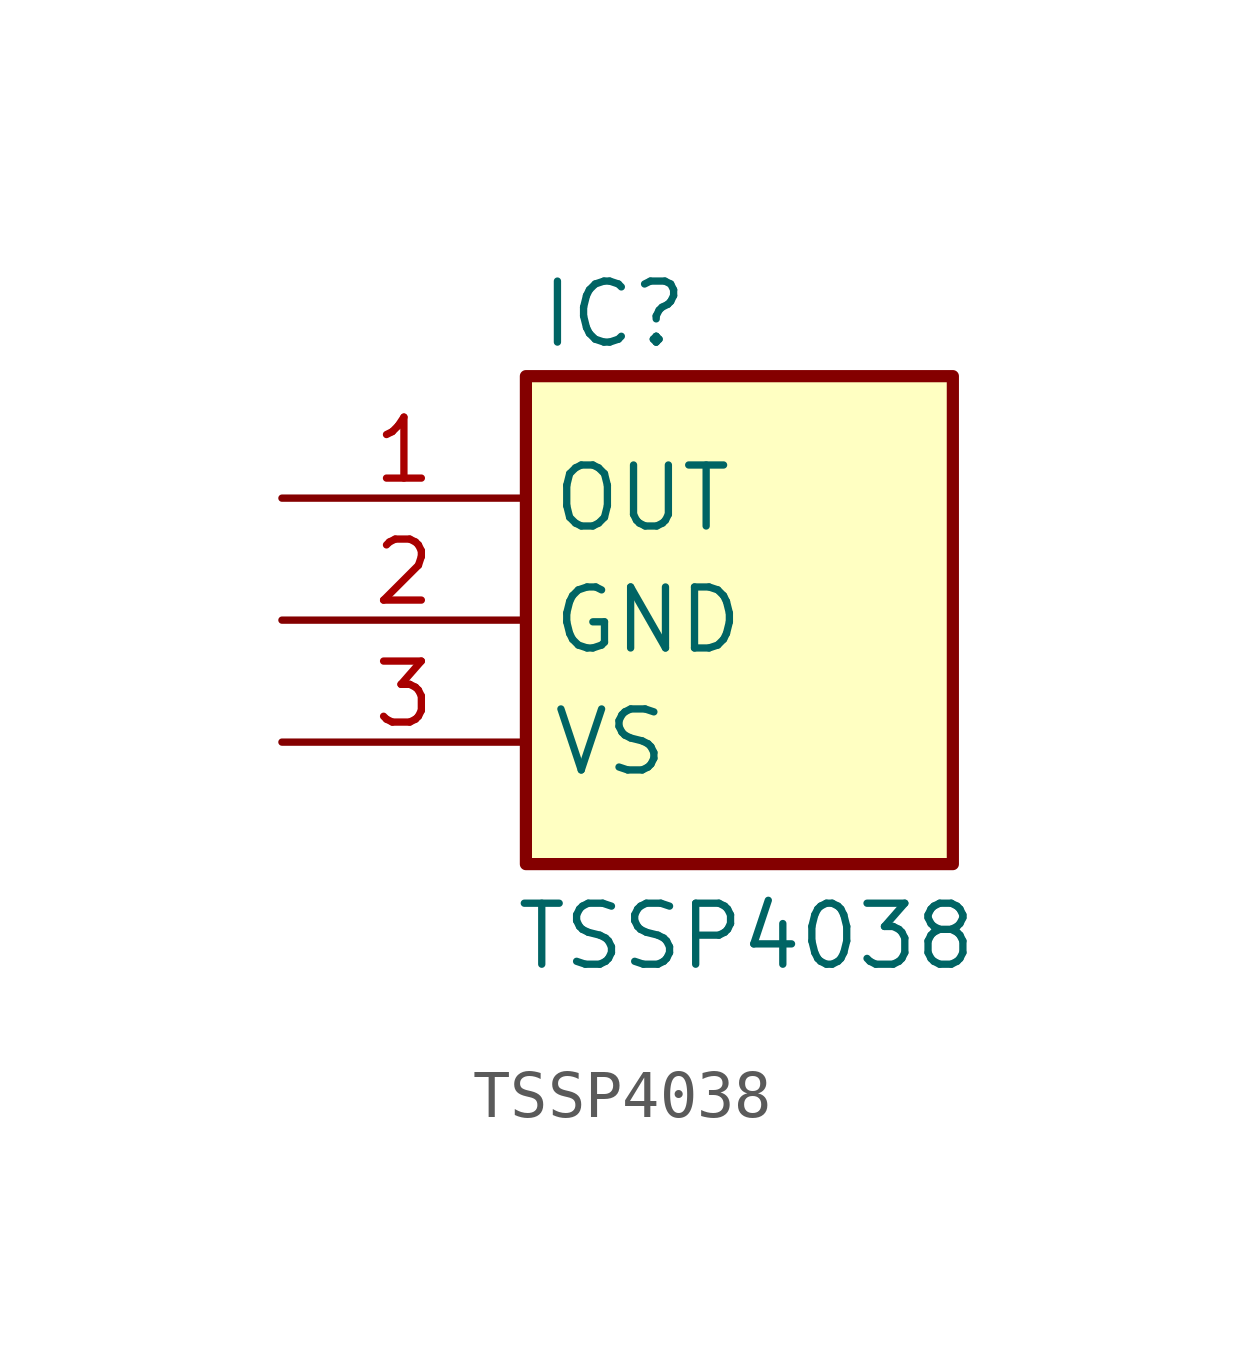
<source format=kicad_sym>
(kicad_symbol_lib
  (version 20241209)
  (generator "kicad_symbol_editor")
  (generator_version "9.0")
  (symbol "TSSP4038"
    (property "Reference" "IC"
      (at 5.334 4.572 0)
      (effects (font (size 1.27 1.27)) (justify left top)))
    (property "Value" "TSSP4038"
      (at 4.826 -8.382 0)
      (effects (font (size 1.27 1.27)) (justify left top)))
    (symbol "TSSP4038_1_1"
      (rectangle (start 5.08 2.54) (end 13.97 -7.62) (stroke (width 0.254) (type default)) (fill (type background)))
      (pin passive line (at 0 0 0) (length 5.08) (name "OUT" (effects (font (size 1.27 1.27)))) (number "1" (effects (font (size 1.27 1.27)))))
      (pin passive line (at 0 -2.54 0) (length 5.08) (name "GND" (effects (font (size 1.27 1.27)))) (number "2" (effects (font (size 1.27 1.27)))))
      (pin passive line (at 0 -5.08 0) (length 5.08) (name "VS" (effects (font (size 1.27 1.27)))) (number "3" (effects (font (size 1.27 1.27))))))))
</source>
